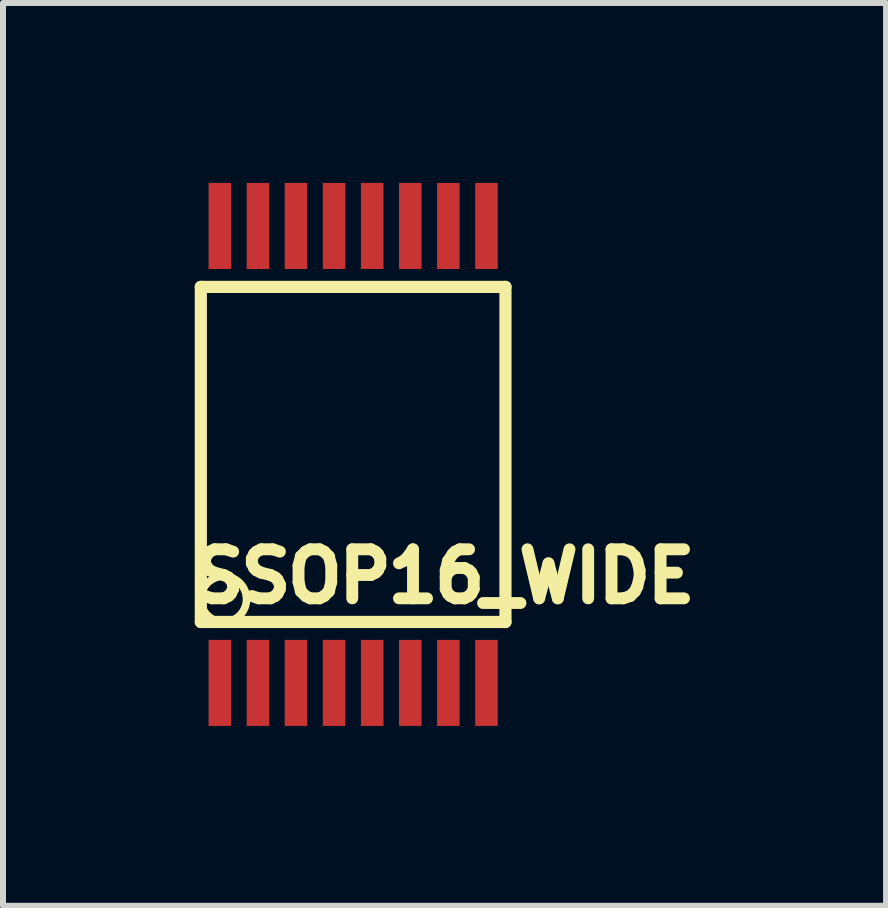
<source format=kicad_pcb>
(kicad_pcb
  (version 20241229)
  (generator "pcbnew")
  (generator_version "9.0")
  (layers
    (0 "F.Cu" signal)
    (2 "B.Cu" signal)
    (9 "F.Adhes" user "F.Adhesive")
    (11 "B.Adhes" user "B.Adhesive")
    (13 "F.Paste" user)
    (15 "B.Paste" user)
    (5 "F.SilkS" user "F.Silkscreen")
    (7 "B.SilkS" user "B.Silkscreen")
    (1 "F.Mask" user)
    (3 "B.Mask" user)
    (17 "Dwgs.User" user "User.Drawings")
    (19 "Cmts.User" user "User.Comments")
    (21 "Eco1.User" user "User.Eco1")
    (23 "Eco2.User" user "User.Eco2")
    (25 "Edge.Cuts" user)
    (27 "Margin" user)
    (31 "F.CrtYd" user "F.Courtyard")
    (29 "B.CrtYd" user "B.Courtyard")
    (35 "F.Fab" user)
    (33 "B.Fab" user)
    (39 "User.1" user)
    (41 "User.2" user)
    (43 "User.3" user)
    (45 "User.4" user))
  (footprint "SSOP16_WIDE"
    (layer "F.Cu")
    (at 2.839 4.528)
    (property "Reference" "SSOP16_WIDE" (at 1.524 2.032 0) (layer "F.SilkS") (effects (font (size 0.818 0.818) (thickness 0.198))))
    (attr smd)
    (fp_line (start -2.54 -2.794) (end 2.54 -2.794) (stroke (width 0.203) (type solid)) (layer "F.SilkS"))
    (fp_line (start -2.54 2.794) (end -2.54 -2.794) (stroke (width 0.203) (type solid)) (layer "F.SilkS"))
    (fp_line (start 2.54 -2.794) (end 2.54 2.794) (stroke (width 0.203) (type solid)) (layer "F.SilkS"))
    (fp_line (start 2.54 2.794) (end -2.54 2.794) (stroke (width 0.203) (type solid)) (layer "F.SilkS"))
    (fp_circle (center -2.159 2.413) (end -2.54 2.413) (stroke (width 0.127) (type solid)) (fill no) (layer "F.SilkS"))
    (pad "1" smd rect (at -2.223 3.81) (size 0.376 1.435) (layers "F.Cu" "F.Mask" "F.Paste"))
    (pad "2" smd rect (at -1.587 3.81) (size 0.376 1.435) (layers "F.Cu" "F.Mask" "F.Paste"))
    (pad "3" smd rect (at -0.953 3.81) (size 0.376 1.435) (layers "F.Cu" "F.Mask" "F.Paste"))
    (pad "4" smd rect (at -0.318 3.81) (size 0.376 1.435) (layers "F.Cu" "F.Mask" "F.Paste"))
    (pad "5" smd rect (at 0.318 3.81) (size 0.376 1.435) (layers "F.Cu" "F.Mask" "F.Paste"))
    (pad "6" smd rect (at 0.953 3.81) (size 0.376 1.435) (layers "F.Cu" "F.Mask" "F.Paste"))
    (pad "7" smd rect (at 1.587 3.81) (size 0.376 1.435) (layers "F.Cu" "F.Mask" "F.Paste"))
    (pad "8" smd rect (at 2.223 3.81) (size 0.376 1.435) (layers "F.Cu" "F.Mask" "F.Paste"))
    (pad "9" smd rect (at 2.223 -3.81) (size 0.376 1.435) (layers "F.Cu" "F.Mask" "F.Paste"))
    (pad "10" smd rect (at 1.587 -3.81) (size 0.376 1.435) (layers "F.Cu" "F.Mask" "F.Paste"))
    (pad "11" smd rect (at 0.953 -3.81) (size 0.376 1.435) (layers "F.Cu" "F.Mask" "F.Paste"))
    (pad "12" smd rect (at 0.318 -3.81) (size 0.376 1.435) (layers "F.Cu" "F.Mask" "F.Paste"))
    (pad "13" smd rect (at -0.318 -3.81) (size 0.376 1.435) (layers "F.Cu" "F.Mask" "F.Paste"))
    (pad "14" smd rect (at -0.953 -3.81) (size 0.376 1.435) (layers "F.Cu" "F.Mask" "F.Paste"))
    (pad "15" smd rect (at -1.587 -3.81) (size 0.376 1.435) (layers "F.Cu" "F.Mask" "F.Paste"))
    (pad "16" smd rect (at -2.223 -3.81) (size 0.376 1.435) (layers "F.Cu" "F.Mask" "F.Paste")))
  (gr_rect
    (start -3 -3)
    (end 11.726 12.055)
    (stroke (width 0.1) (type default))
    (fill no)
    (layer "Edge.Cuts")))
</source>
